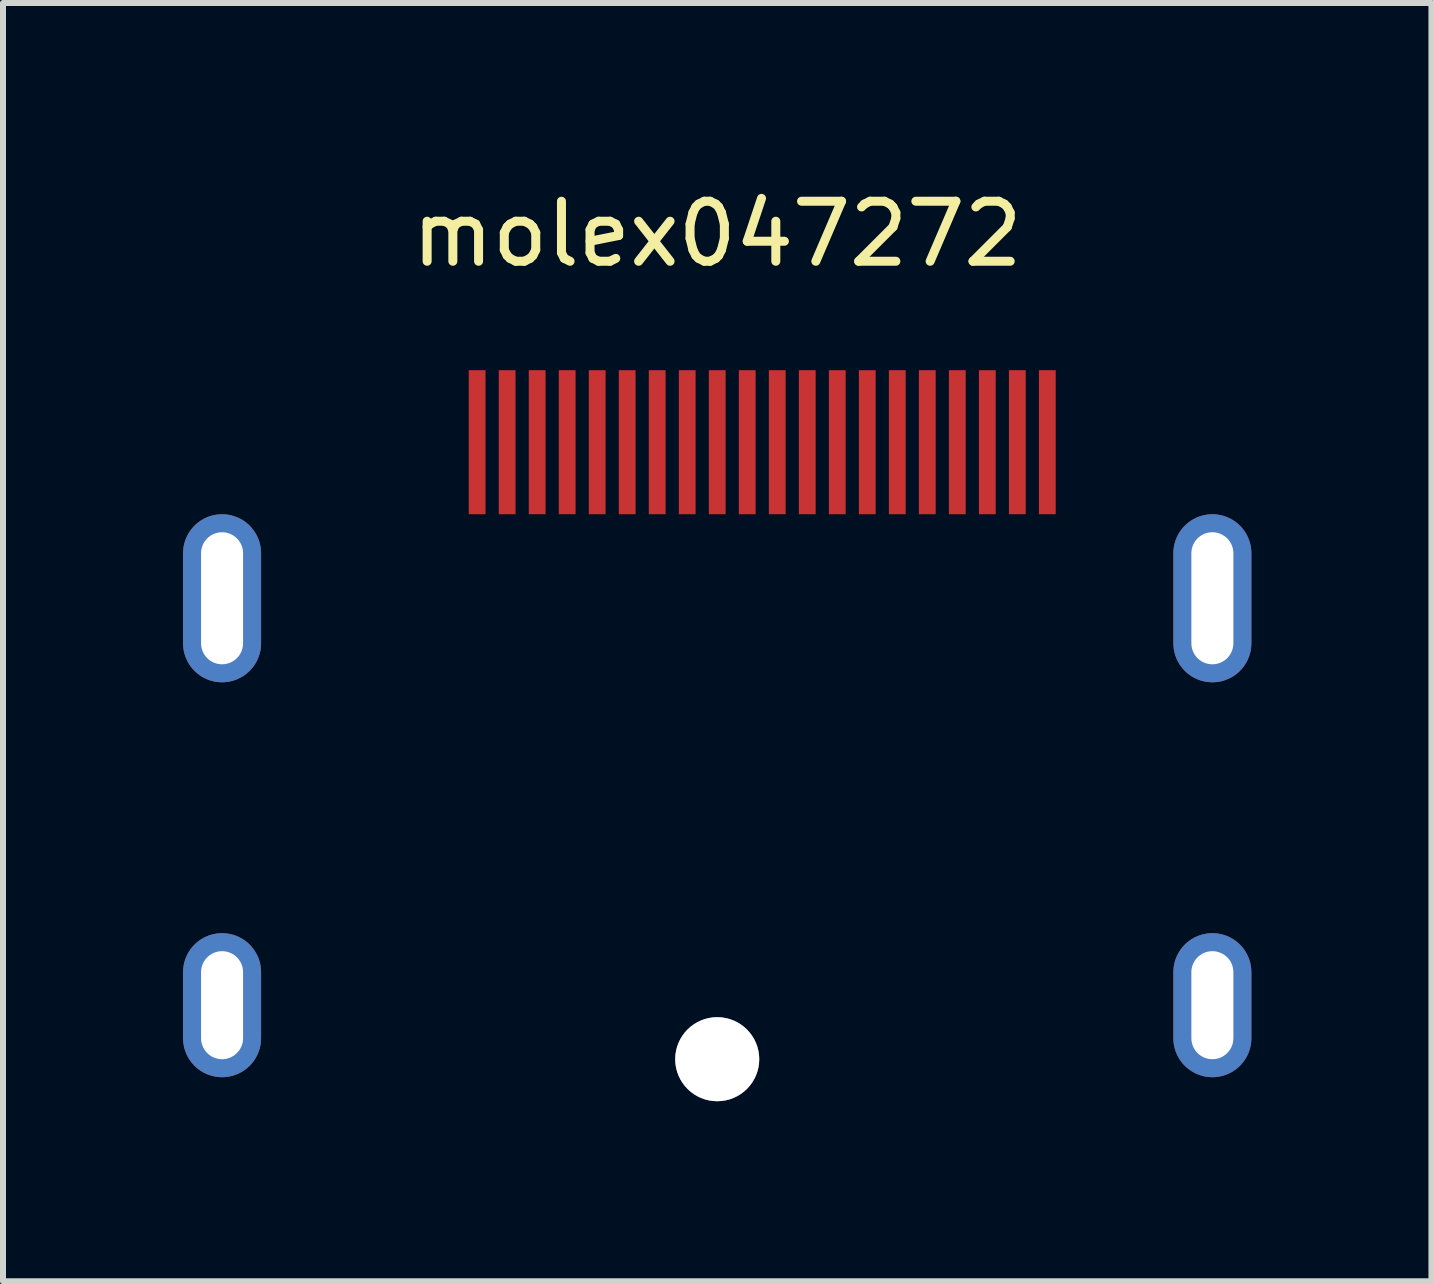
<source format=kicad_pcb>
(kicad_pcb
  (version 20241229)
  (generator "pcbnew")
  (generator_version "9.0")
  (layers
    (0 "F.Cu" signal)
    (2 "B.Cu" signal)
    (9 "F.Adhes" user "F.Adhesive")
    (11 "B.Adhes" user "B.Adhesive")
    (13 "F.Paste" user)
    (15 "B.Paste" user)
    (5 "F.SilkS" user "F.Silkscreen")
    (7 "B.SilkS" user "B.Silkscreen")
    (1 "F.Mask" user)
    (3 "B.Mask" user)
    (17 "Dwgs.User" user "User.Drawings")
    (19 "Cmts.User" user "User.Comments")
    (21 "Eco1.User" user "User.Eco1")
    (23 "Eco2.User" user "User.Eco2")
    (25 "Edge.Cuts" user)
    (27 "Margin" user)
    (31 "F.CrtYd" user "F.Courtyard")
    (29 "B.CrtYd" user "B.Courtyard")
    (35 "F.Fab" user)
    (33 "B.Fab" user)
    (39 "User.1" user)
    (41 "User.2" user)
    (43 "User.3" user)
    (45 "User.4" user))
  (footprint "molex047272"
    (layer "F.Cu")
    (at 8.9 14.598)
    (property "Reference" "molex047272" (at 0 -13.75 180) (layer "F.SilkS") (effects (font (size 1 1) (thickness 0.15))))
    (attr through_hole)
    (pad "1" smd rect (at 5.5 -10.28) (size 0.28 2.4) (layers "F.Cu" "F.Mask" "F.Paste"))
    (pad "2" smd rect (at 5 -10.28) (size 0.28 2.4) (layers "F.Cu" "F.Mask" "F.Paste"))
    (pad "3" smd rect (at 4.5 -10.28) (size 0.28 2.4) (layers "F.Cu" "F.Mask" "F.Paste"))
    (pad "4" smd rect (at 4 -10.28) (size 0.28 2.4) (layers "F.Cu" "F.Mask" "F.Paste"))
    (pad "5" smd rect (at 3.5 -10.28) (size 0.28 2.4) (layers "F.Cu" "F.Mask" "F.Paste"))
    (pad "6" smd rect (at 3 -10.28) (size 0.28 2.4) (layers "F.Cu" "F.Mask" "F.Paste"))
    (pad "7" smd rect (at 2.5 -10.28) (size 0.28 2.4) (layers "F.Cu" "F.Mask" "F.Paste"))
    (pad "8" smd rect (at 2 -10.28) (size 0.28 2.4) (layers "F.Cu" "F.Mask" "F.Paste"))
    (pad "9" smd rect (at 1.5 -10.28) (size 0.28 2.4) (layers "F.Cu" "F.Mask" "F.Paste"))
    (pad "10" smd rect (at 1 -10.28) (size 0.28 2.4) (layers "F.Cu" "F.Mask" "F.Paste"))
    (pad "11" smd rect (at 0.5 -10.28) (size 0.28 2.4) (layers "F.Cu" "F.Mask" "F.Paste"))
    (pad "12" smd rect (at 0 -10.28) (size 0.28 2.4) (layers "F.Cu" "F.Mask" "F.Paste"))
    (pad "13" smd rect (at -0.5 -10.28) (size 0.28 2.4) (layers "F.Cu" "F.Mask" "F.Paste"))
    (pad "14" smd rect (at -1 -10.28) (size 0.28 2.4) (layers "F.Cu" "F.Mask" "F.Paste"))
    (pad "15" smd rect (at -1.5 -10.28) (size 0.28 2.4) (layers "F.Cu" "F.Mask" "F.Paste"))
    (pad "16" smd rect (at -2 -10.28) (size 0.28 2.4) (layers "F.Cu" "F.Mask" "F.Paste"))
    (pad "17" smd rect (at -2.5 -10.28) (size 0.28 2.4) (layers "F.Cu" "F.Mask" "F.Paste"))
    (pad "18" smd rect (at -3 -10.28) (size 0.28 2.4) (layers "F.Cu" "F.Mask" "F.Paste"))
    (pad "19" smd rect (at -3.5 -10.28) (size 0.28 2.4) (layers "F.Cu" "F.Mask" "F.Paste"))
    (pad "20" smd rect (at -4 -10.28) (size 0.28 2.4) (layers "F.Cu" "F.Mask" "F.Paste"))
    (pad "21" thru_hole oval (at 8.25 -7.68) (size 1.3 2.8) (drill oval 0.7 2.2) (layers "*.Cu" "*.Mask"))
    (pad "22" thru_hole oval (at -8.25 -7.68) (size 1.3 2.8) (drill oval 0.7 2.2) (layers "*.Cu" "*.Mask"))
    (pad "23" thru_hole oval (at 8.25 -0.9) (size 1.3 2.4) (drill oval 0.7 1.8) (layers "*.Cu" "*.Mask"))
    (pad "24" thru_hole oval (at -8.25 -0.9) (size 1.3 2.4) (drill oval 0.7 1.8) (layers "*.Cu" "*.Mask"))
    (pad "25" thru_hole circle (at 0 0) (size 1.4 1.4) (drill 1.4) (layers "*.Cu" "*.Mask")))
  (gr_rect
    (start -3 -3)
    (end 20.8 18.298)
    (stroke (width 0.1) (type default))
    (fill no)
    (layer "Edge.Cuts")))
</source>
